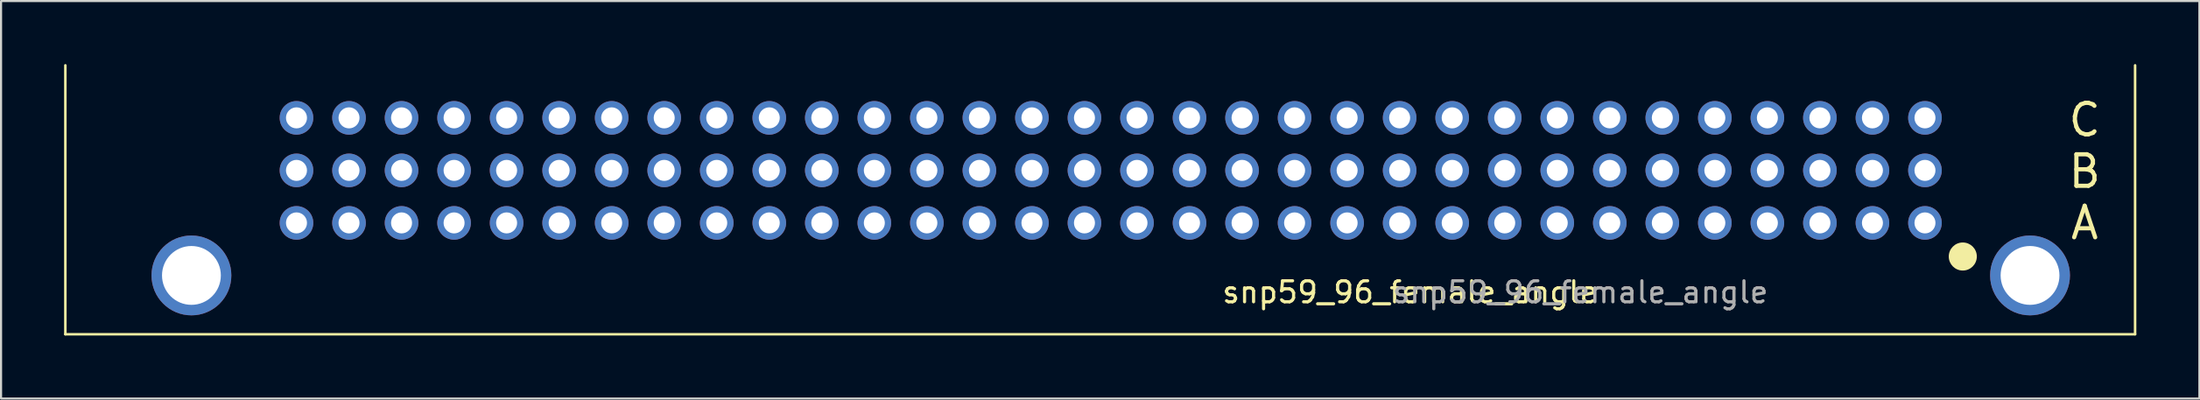
<source format=kicad_pcb>
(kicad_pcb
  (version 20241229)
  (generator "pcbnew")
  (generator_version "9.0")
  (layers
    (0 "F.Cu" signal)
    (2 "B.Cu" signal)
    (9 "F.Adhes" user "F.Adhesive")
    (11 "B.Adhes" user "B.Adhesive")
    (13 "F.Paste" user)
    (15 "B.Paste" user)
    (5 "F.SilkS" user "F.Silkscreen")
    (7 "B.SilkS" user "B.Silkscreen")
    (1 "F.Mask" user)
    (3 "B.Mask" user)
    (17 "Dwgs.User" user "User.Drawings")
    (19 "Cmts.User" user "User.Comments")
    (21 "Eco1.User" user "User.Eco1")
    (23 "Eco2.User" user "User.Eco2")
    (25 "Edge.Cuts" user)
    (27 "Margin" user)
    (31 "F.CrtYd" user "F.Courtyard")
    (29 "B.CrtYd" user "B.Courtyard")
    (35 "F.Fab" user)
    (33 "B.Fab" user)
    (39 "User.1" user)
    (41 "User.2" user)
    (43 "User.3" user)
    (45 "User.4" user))
  (footprint "snp59_96_female_angle"
    (layer "F.Cu")
    (at 88.56 7.56)
    (property "Reference" "snp59_96_female_angle" (at -24.5 3.3 0) (unlocked yes) (layer "F.SilkS") (effects (font (size 1 1) (thickness 0.15))))
    (attr through_hole)
    (fp_line (start -88.5 5.3) (end -88.5 -7.5) (stroke (width 0.12) (type solid)) (layer "F.SilkS"))
    (fp_line (start 10 -7.5) (end 10 5.3) (stroke (width 0.12) (type solid)) (layer "F.SilkS"))
    (fp_line (start 10 5.3) (end -88.5 5.3) (stroke (width 0.12) (type solid)) (layer "F.SilkS"))
    (fp_circle (center 1.8 1.6) (end 2.408 1.6) (stroke (width 0.12) (type solid)) (fill yes) (layer "F.SilkS"))
    (fp_text user "B" (at 7.6 -2.45 0) (unlocked yes) (layer "F.SilkS") (effects (font (size 1.5 1.5) (thickness 0.2))))
    (fp_text user "A" (at 7.6 0 0) (unlocked yes) (layer "F.SilkS") (effects (font (size 1.5 1.5) (thickness 0.2))))
    (fp_text user "C" (at 7.6 -4.9 0) (unlocked yes) (layer "F.SilkS") (effects (font (size 1.5 1.5) (thickness 0.2))))
    (fp_text user "${REFERENCE}" (at -16.4 3.3 0) (unlocked yes) (layer "F.Fab") (effects (font (size 1 1) (thickness 0.15))))
    (pad "" thru_hole circle (at -82.5 2.5) (size 3.8 3.8) (drill 2.8) (layers "*.Cu"))
    (pad "" thru_hole circle (at 5 2.5) (size 3.8 3.8) (drill 2.8) (layers "*.Cu"))
    (pad "1" thru_hole circle (at 0 0) (size 1.6 1.6) (drill 1) (layers "*.Cu" "*.Mask"))
    (pad "2" thru_hole circle (at -2.5 0) (size 1.6 1.6) (drill 1) (layers "*.Cu" "*.Mask"))
    (pad "3" thru_hole circle (at -5 0) (size 1.6 1.6) (drill 1) (layers "*.Cu" "*.Mask"))
    (pad "4" thru_hole circle (at -7.5 0) (size 1.6 1.6) (drill 1) (layers "*.Cu" "*.Mask"))
    (pad "5" thru_hole circle (at -10 0) (size 1.6 1.6) (drill 1) (layers "*.Cu" "*.Mask"))
    (pad "6" thru_hole circle (at -12.5 0) (size 1.6 1.6) (drill 1) (layers "*.Cu" "*.Mask"))
    (pad "7" thru_hole circle (at -15 0) (size 1.6 1.6) (drill 1) (layers "*.Cu" "*.Mask"))
    (pad "8" thru_hole circle (at -17.5 0) (size 1.6 1.6) (drill 1) (layers "*.Cu" "*.Mask"))
    (pad "9" thru_hole circle (at -20 0) (size 1.6 1.6) (drill 1) (layers "*.Cu" "*.Mask"))
    (pad "10" thru_hole circle (at -22.5 0) (size 1.6 1.6) (drill 1) (layers "*.Cu" "*.Mask"))
    (pad "11" thru_hole circle (at -25 0) (size 1.6 1.6) (drill 1) (layers "*.Cu" "*.Mask"))
    (pad "12" thru_hole circle (at -27.5 0) (size 1.6 1.6) (drill 1) (layers "*.Cu" "*.Mask"))
    (pad "13" thru_hole circle (at -30 0) (size 1.6 1.6) (drill 1) (layers "*.Cu" "*.Mask"))
    (pad "14" thru_hole circle (at -32.5 0) (size 1.6 1.6) (drill 1) (layers "*.Cu" "*.Mask"))
    (pad "15" thru_hole circle (at -35 0) (size 1.6 1.6) (drill 1) (layers "*.Cu" "*.Mask"))
    (pad "16" thru_hole circle (at -37.5 0) (size 1.6 1.6) (drill 1) (layers "*.Cu" "*.Mask"))
    (pad "17" thru_hole circle (at -40 0) (size 1.6 1.6) (drill 1) (layers "*.Cu" "*.Mask"))
    (pad "18" thru_hole circle (at -42.5 0) (size 1.6 1.6) (drill 1) (layers "*.Cu" "*.Mask"))
    (pad "19" thru_hole circle (at -45 0) (size 1.6 1.6) (drill 1) (layers "*.Cu" "*.Mask"))
    (pad "20" thru_hole circle (at -47.5 0) (size 1.6 1.6) (drill 1) (layers "*.Cu" "*.Mask"))
    (pad "21" thru_hole circle (at -50 0) (size 1.6 1.6) (drill 1) (layers "*.Cu" "*.Mask"))
    (pad "22" thru_hole circle (at -52.5 0) (size 1.6 1.6) (drill 1) (layers "*.Cu" "*.Mask"))
    (pad "23" thru_hole circle (at -55 0) (size 1.6 1.6) (drill 1) (layers "*.Cu" "*.Mask"))
    (pad "24" thru_hole circle (at -57.5 0) (size 1.6 1.6) (drill 1) (layers "*.Cu" "*.Mask"))
    (pad "25" thru_hole circle (at -60 0) (size 1.6 1.6) (drill 1) (layers "*.Cu" "*.Mask"))
    (pad "26" thru_hole circle (at -62.5 0) (size 1.6 1.6) (drill 1) (layers "*.Cu" "*.Mask"))
    (pad "27" thru_hole circle (at -65 0) (size 1.6 1.6) (drill 1) (layers "*.Cu" "*.Mask"))
    (pad "28" thru_hole circle (at -67.5 0) (size 1.6 1.6) (drill 1) (layers "*.Cu" "*.Mask"))
    (pad "29" thru_hole circle (at -70 0) (size 1.6 1.6) (drill 1) (layers "*.Cu" "*.Mask"))
    (pad "30" thru_hole circle (at -72.5 0) (size 1.6 1.6) (drill 1) (layers "*.Cu" "*.Mask"))
    (pad "31" thru_hole circle (at -75 0) (size 1.6 1.6) (drill 1) (layers "*.Cu" "*.Mask"))
    (pad "32" thru_hole circle (at -77.5 0) (size 1.6 1.6) (drill 1) (layers "*.Cu" "*.Mask"))
    (pad "33" thru_hole circle (at 0 -2.5) (size 1.6 1.6) (drill 1) (layers "*.Cu" "*.Mask"))
    (pad "34" thru_hole circle (at -2.5 -2.5) (size 1.6 1.6) (drill 1) (layers "*.Cu" "*.Mask"))
    (pad "35" thru_hole circle (at -5 -2.5) (size 1.6 1.6) (drill 1) (layers "*.Cu" "*.Mask"))
    (pad "36" thru_hole circle (at -7.5 -2.5) (size 1.6 1.6) (drill 1) (layers "*.Cu" "*.Mask"))
    (pad "37" thru_hole circle (at -10 -2.5) (size 1.6 1.6) (drill 1) (layers "*.Cu" "*.Mask"))
    (pad "38" thru_hole circle (at -12.5 -2.5) (size 1.6 1.6) (drill 1) (layers "*.Cu" "*.Mask"))
    (pad "39" thru_hole circle (at -15 -2.5) (size 1.6 1.6) (drill 1) (layers "*.Cu" "*.Mask"))
    (pad "40" thru_hole circle (at -17.5 -2.5) (size 1.6 1.6) (drill 1) (layers "*.Cu" "*.Mask"))
    (pad "41" thru_hole circle (at -20 -2.5) (size 1.6 1.6) (drill 1) (layers "*.Cu" "*.Mask"))
    (pad "42" thru_hole circle (at -22.5 -2.5) (size 1.6 1.6) (drill 1) (layers "*.Cu" "*.Mask"))
    (pad "43" thru_hole circle (at -25 -2.5) (size 1.6 1.6) (drill 1) (layers "*.Cu" "*.Mask"))
    (pad "44" thru_hole circle (at -27.5 -2.5) (size 1.6 1.6) (drill 1) (layers "*.Cu" "*.Mask"))
    (pad "45" thru_hole circle (at -30 -2.5) (size 1.6 1.6) (drill 1) (layers "*.Cu" "*.Mask"))
    (pad "46" thru_hole circle (at -32.5 -2.5) (size 1.6 1.6) (drill 1) (layers "*.Cu" "*.Mask"))
    (pad "47" thru_hole circle (at -35 -2.5) (size 1.6 1.6) (drill 1) (layers "*.Cu" "*.Mask"))
    (pad "48" thru_hole circle (at -37.5 -2.5) (size 1.6 1.6) (drill 1) (layers "*.Cu" "*.Mask"))
    (pad "49" thru_hole circle (at -40 -2.5) (size 1.6 1.6) (drill 1) (layers "*.Cu" "*.Mask"))
    (pad "50" thru_hole circle (at -42.5 -2.5) (size 1.6 1.6) (drill 1) (layers "*.Cu" "*.Mask"))
    (pad "51" thru_hole circle (at -45 -2.5) (size 1.6 1.6) (drill 1) (layers "*.Cu" "*.Mask"))
    (pad "52" thru_hole circle (at -47.5 -2.5) (size 1.6 1.6) (drill 1) (layers "*.Cu" "*.Mask"))
    (pad "53" thru_hole circle (at -50 -2.5) (size 1.6 1.6) (drill 1) (layers "*.Cu" "*.Mask"))
    (pad "54" thru_hole circle (at -52.5 -2.5) (size 1.6 1.6) (drill 1) (layers "*.Cu" "*.Mask"))
    (pad "55" thru_hole circle (at -55 -2.5) (size 1.6 1.6) (drill 1) (layers "*.Cu" "*.Mask"))
    (pad "56" thru_hole circle (at -57.5 -2.5) (size 1.6 1.6) (drill 1) (layers "*.Cu" "*.Mask"))
    (pad "57" thru_hole circle (at -60 -2.5) (size 1.6 1.6) (drill 1) (layers "*.Cu" "*.Mask"))
    (pad "58" thru_hole circle (at -62.5 -2.5) (size 1.6 1.6) (drill 1) (layers "*.Cu" "*.Mask"))
    (pad "59" thru_hole circle (at -65 -2.5) (size 1.6 1.6) (drill 1) (layers "*.Cu" "*.Mask"))
    (pad "60" thru_hole circle (at -67.5 -2.5) (size 1.6 1.6) (drill 1) (layers "*.Cu" "*.Mask"))
    (pad "61" thru_hole circle (at -70 -2.5) (size 1.6 1.6) (drill 1) (layers "*.Cu" "*.Mask"))
    (pad "62" thru_hole circle (at -72.5 -2.5) (size 1.6 1.6) (drill 1) (layers "*.Cu" "*.Mask"))
    (pad "63" thru_hole circle (at -75 -2.5) (size 1.6 1.6) (drill 1) (layers "*.Cu" "*.Mask"))
    (pad "64" thru_hole circle (at -77.5 -2.5) (size 1.6 1.6) (drill 1) (layers "*.Cu" "*.Mask"))
    (pad "65" thru_hole circle (at 0 -5) (size 1.6 1.6) (drill 1) (layers "*.Cu" "*.Mask"))
    (pad "66" thru_hole circle (at -2.5 -5) (size 1.6 1.6) (drill 1) (layers "*.Cu" "*.Mask"))
    (pad "67" thru_hole circle (at -5 -5) (size 1.6 1.6) (drill 1) (layers "*.Cu" "*.Mask"))
    (pad "68" thru_hole circle (at -7.5 -5) (size 1.6 1.6) (drill 1) (layers "*.Cu" "*.Mask"))
    (pad "69" thru_hole circle (at -10 -5) (size 1.6 1.6) (drill 1) (layers "*.Cu" "*.Mask"))
    (pad "70" thru_hole circle (at -12.5 -5) (size 1.6 1.6) (drill 1) (layers "*.Cu" "*.Mask"))
    (pad "71" thru_hole circle (at -15 -5) (size 1.6 1.6) (drill 1) (layers "*.Cu" "*.Mask"))
    (pad "72" thru_hole circle (at -17.5 -5) (size 1.6 1.6) (drill 1) (layers "*.Cu" "*.Mask"))
    (pad "73" thru_hole circle (at -20 -5) (size 1.6 1.6) (drill 1) (layers "*.Cu" "*.Mask"))
    (pad "74" thru_hole circle (at -22.5 -5) (size 1.6 1.6) (drill 1) (layers "*.Cu" "*.Mask"))
    (pad "75" thru_hole circle (at -25 -5) (size 1.6 1.6) (drill 1) (layers "*.Cu" "*.Mask"))
    (pad "76" thru_hole circle (at -27.5 -5) (size 1.6 1.6) (drill 1) (layers "*.Cu" "*.Mask"))
    (pad "77" thru_hole circle (at -30 -5) (size 1.6 1.6) (drill 1) (layers "*.Cu" "*.Mask"))
    (pad "78" thru_hole circle (at -32.5 -5) (size 1.6 1.6) (drill 1) (layers "*.Cu" "*.Mask"))
    (pad "79" thru_hole circle (at -35 -5) (size 1.6 1.6) (drill 1) (layers "*.Cu" "*.Mask"))
    (pad "80" thru_hole circle (at -37.5 -5) (size 1.6 1.6) (drill 1) (layers "*.Cu" "*.Mask"))
    (pad "81" thru_hole circle (at -40 -5) (size 1.6 1.6) (drill 1) (layers "*.Cu" "*.Mask"))
    (pad "82" thru_hole circle (at -42.5 -5) (size 1.6 1.6) (drill 1) (layers "*.Cu" "*.Mask"))
    (pad "83" thru_hole circle (at -45 -5) (size 1.6 1.6) (drill 1) (layers "*.Cu" "*.Mask"))
    (pad "84" thru_hole circle (at -47.5 -5) (size 1.6 1.6) (drill 1) (layers "*.Cu" "*.Mask"))
    (pad "85" thru_hole circle (at -50 -5) (size 1.6 1.6) (drill 1) (layers "*.Cu" "*.Mask"))
    (pad "86" thru_hole circle (at -52.5 -5) (size 1.6 1.6) (drill 1) (layers "*.Cu" "*.Mask"))
    (pad "87" thru_hole circle (at -55 -5) (size 1.6 1.6) (drill 1) (layers "*.Cu" "*.Mask"))
    (pad "88" thru_hole circle (at -57.5 -5) (size 1.6 1.6) (drill 1) (layers "*.Cu" "*.Mask"))
    (pad "89" thru_hole circle (at -60 -5) (size 1.6 1.6) (drill 1) (layers "*.Cu" "*.Mask"))
    (pad "90" thru_hole circle (at -62.5 -5) (size 1.6 1.6) (drill 1) (layers "*.Cu" "*.Mask"))
    (pad "91" thru_hole circle (at -65 -5) (size 1.6 1.6) (drill 1) (layers "*.Cu" "*.Mask"))
    (pad "92" thru_hole circle (at -67.5 -5) (size 1.6 1.6) (drill 1) (layers "*.Cu" "*.Mask"))
    (pad "93" thru_hole circle (at -70 -5) (size 1.6 1.6) (drill 1) (layers "*.Cu" "*.Mask"))
    (pad "94" thru_hole circle (at -72.5 -5) (size 1.6 1.6) (drill 1) (layers "*.Cu" "*.Mask"))
    (pad "95" thru_hole circle (at -75 -5) (size 1.6 1.6) (drill 1) (layers "*.Cu" "*.Mask"))
    (pad "96" thru_hole circle (at -77.5 -5) (size 1.6 1.6) (drill 1) (layers "*.Cu" "*.Mask")))
  (gr_rect
    (start -3 -3)
    (end 101.62 15.92)
    (stroke (width 0.1) (type default))
    (fill no)
    (layer "Edge.Cuts")))
</source>
